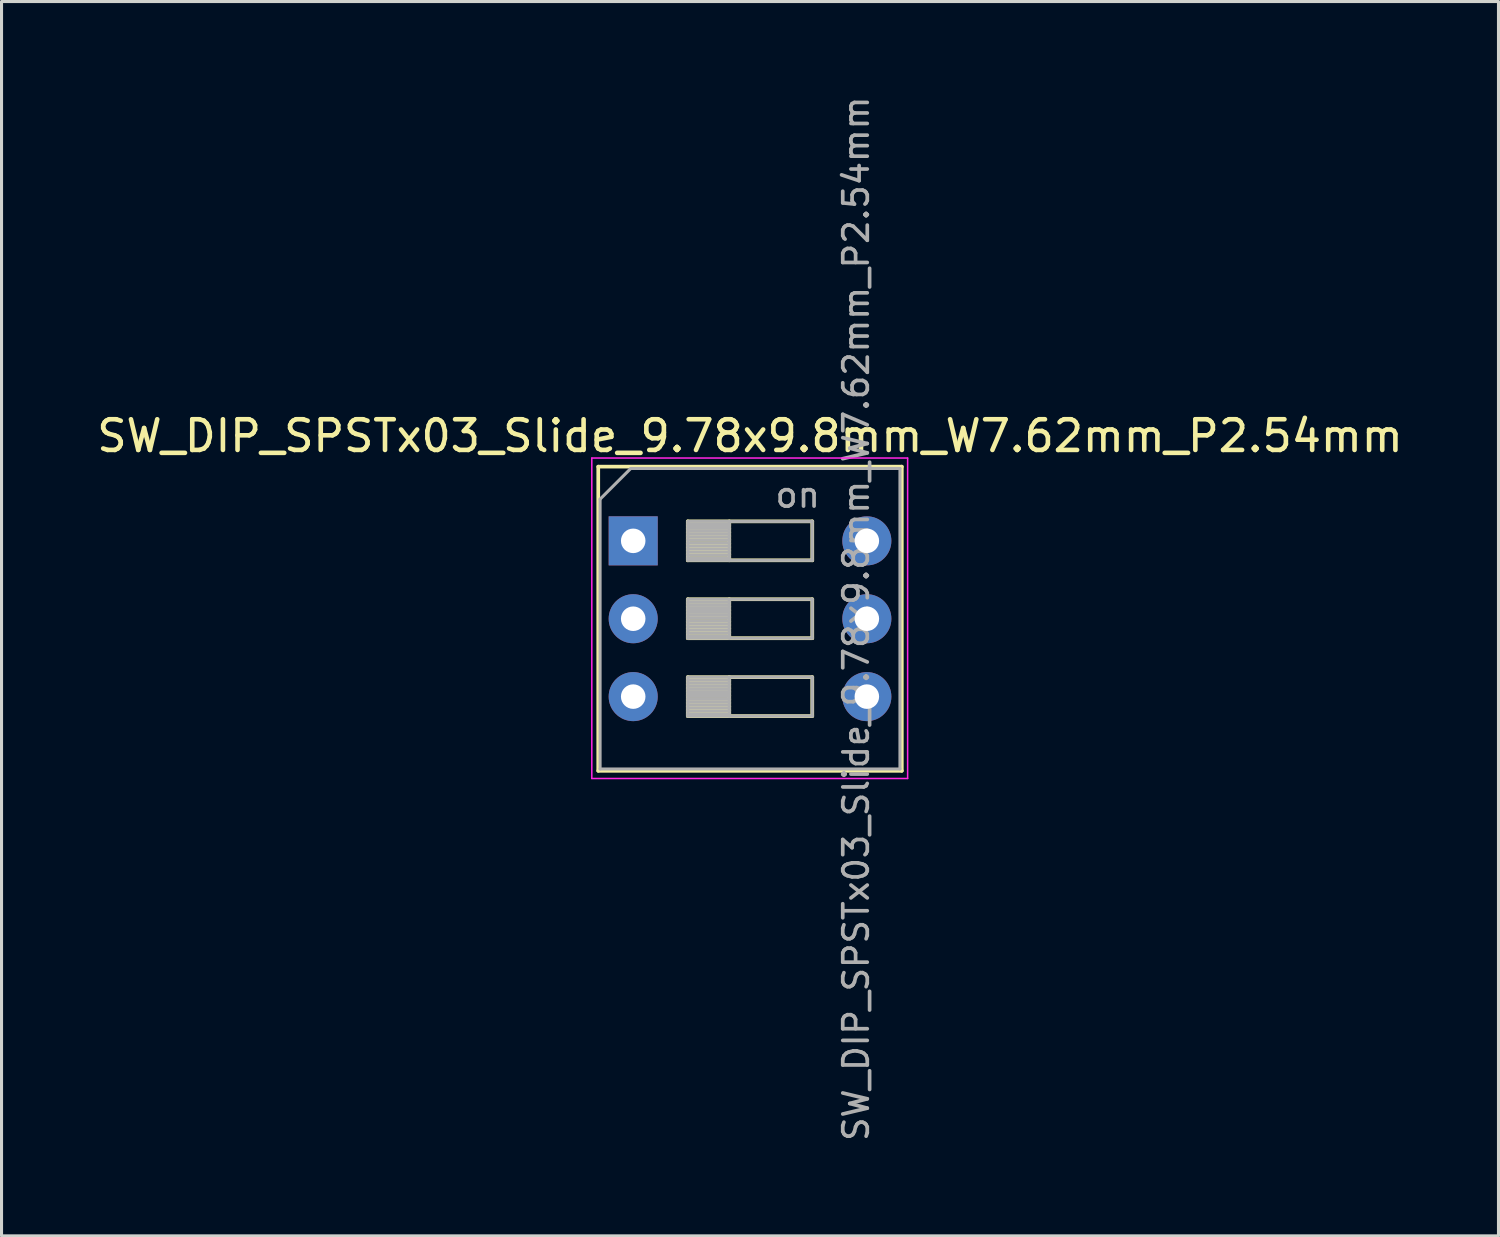
<source format=kicad_pcb>
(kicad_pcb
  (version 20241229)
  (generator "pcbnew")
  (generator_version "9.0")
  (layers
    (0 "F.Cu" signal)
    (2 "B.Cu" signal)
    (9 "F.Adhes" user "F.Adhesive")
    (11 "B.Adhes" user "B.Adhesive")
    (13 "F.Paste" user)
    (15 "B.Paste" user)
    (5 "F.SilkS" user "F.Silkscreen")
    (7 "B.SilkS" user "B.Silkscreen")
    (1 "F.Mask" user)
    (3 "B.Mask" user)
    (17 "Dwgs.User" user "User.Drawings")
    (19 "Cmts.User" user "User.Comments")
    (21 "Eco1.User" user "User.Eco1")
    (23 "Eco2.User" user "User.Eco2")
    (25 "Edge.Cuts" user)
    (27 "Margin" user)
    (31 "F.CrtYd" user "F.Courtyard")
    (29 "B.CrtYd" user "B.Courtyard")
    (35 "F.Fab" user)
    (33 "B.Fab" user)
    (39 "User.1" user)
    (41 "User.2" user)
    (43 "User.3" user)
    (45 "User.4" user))
  (footprint "SW_DIP_SPSTx03_Slide_9.78x9.8mm_W7.62mm_P2.54mm"
    (layer "F.Cu")
    (at 17.601 14.589)
    (property "Reference" "SW_DIP_SPSTx03_Slide_9.78x9.8mm_W7.62mm_P2.54mm" (at 3.81 -3.42 0) (layer "F.SilkS") (effects (font (size 1 1) (thickness 0.15))))
    (attr through_hole)
    (fp_line (start -1.14 -2.42) (end -1.14 7.5) (stroke (width 0.12) (type solid)) (layer "F.SilkS"))
    (fp_line (start -1.14 -2.42) (end 8.76 -2.42) (stroke (width 0.12) (type solid)) (layer "F.SilkS"))
    (fp_line (start -1.14 7.5) (end 8.76 7.5) (stroke (width 0.12) (type solid)) (layer "F.SilkS"))
    (fp_line (start 1.78 -0.635) (end 1.78 0.635) (stroke (width 0.12) (type solid)) (layer "F.SilkS"))
    (fp_line (start 1.78 -0.515) (end 3.133 -0.515) (stroke (width 0.12) (type solid)) (layer "F.SilkS"))
    (fp_line (start 1.78 -0.395) (end 3.133 -0.395) (stroke (width 0.12) (type solid)) (layer "F.SilkS"))
    (fp_line (start 1.78 -0.275) (end 3.133 -0.275) (stroke (width 0.12) (type solid)) (layer "F.SilkS"))
    (fp_line (start 1.78 -0.155) (end 3.133 -0.155) (stroke (width 0.12) (type solid)) (layer "F.SilkS"))
    (fp_line (start 1.78 -0.035) (end 3.133 -0.035) (stroke (width 0.12) (type solid)) (layer "F.SilkS"))
    (fp_line (start 1.78 0.085) (end 3.133 0.085) (stroke (width 0.12) (type solid)) (layer "F.SilkS"))
    (fp_line (start 1.78 0.205) (end 3.133 0.205) (stroke (width 0.12) (type solid)) (layer "F.SilkS"))
    (fp_line (start 1.78 0.325) (end 3.133 0.325) (stroke (width 0.12) (type solid)) (layer "F.SilkS"))
    (fp_line (start 1.78 0.445) (end 3.133 0.445) (stroke (width 0.12) (type solid)) (layer "F.SilkS"))
    (fp_line (start 1.78 0.565) (end 3.133 0.565) (stroke (width 0.12) (type solid)) (layer "F.SilkS"))
    (fp_line (start 1.78 0.635) (end 5.84 0.635) (stroke (width 0.12) (type solid)) (layer "F.SilkS"))
    (fp_line (start 1.78 1.905) (end 1.78 3.175) (stroke (width 0.12) (type solid)) (layer "F.SilkS"))
    (fp_line (start 1.78 2.025) (end 3.133 2.025) (stroke (width 0.12) (type solid)) (layer "F.SilkS"))
    (fp_line (start 1.78 2.145) (end 3.133 2.145) (stroke (width 0.12) (type solid)) (layer "F.SilkS"))
    (fp_line (start 1.78 2.265) (end 3.133 2.265) (stroke (width 0.12) (type solid)) (layer "F.SilkS"))
    (fp_line (start 1.78 2.385) (end 3.133 2.385) (stroke (width 0.12) (type solid)) (layer "F.SilkS"))
    (fp_line (start 1.78 2.505) (end 3.133 2.505) (stroke (width 0.12) (type solid)) (layer "F.SilkS"))
    (fp_line (start 1.78 2.625) (end 3.133 2.625) (stroke (width 0.12) (type solid)) (layer "F.SilkS"))
    (fp_line (start 1.78 2.745) (end 3.133 2.745) (stroke (width 0.12) (type solid)) (layer "F.SilkS"))
    (fp_line (start 1.78 2.865) (end 3.133 2.865) (stroke (width 0.12) (type solid)) (layer "F.SilkS"))
    (fp_line (start 1.78 2.985) (end 3.133 2.985) (stroke (width 0.12) (type solid)) (layer "F.SilkS"))
    (fp_line (start 1.78 3.105) (end 3.133 3.105) (stroke (width 0.12) (type solid)) (layer "F.SilkS"))
    (fp_line (start 1.78 3.175) (end 5.84 3.175) (stroke (width 0.12) (type solid)) (layer "F.SilkS"))
    (fp_line (start 1.78 4.445) (end 1.78 5.715) (stroke (width 0.12) (type solid)) (layer "F.SilkS"))
    (fp_line (start 1.78 4.565) (end 3.133 4.565) (stroke (width 0.12) (type solid)) (layer "F.SilkS"))
    (fp_line (start 1.78 4.685) (end 3.133 4.685) (stroke (width 0.12) (type solid)) (layer "F.SilkS"))
    (fp_line (start 1.78 4.805) (end 3.133 4.805) (stroke (width 0.12) (type solid)) (layer "F.SilkS"))
    (fp_line (start 1.78 4.925) (end 3.133 4.925) (stroke (width 0.12) (type solid)) (layer "F.SilkS"))
    (fp_line (start 1.78 5.045) (end 3.133 5.045) (stroke (width 0.12) (type solid)) (layer "F.SilkS"))
    (fp_line (start 1.78 5.165) (end 3.133 5.165) (stroke (width 0.12) (type solid)) (layer "F.SilkS"))
    (fp_line (start 1.78 5.285) (end 3.133 5.285) (stroke (width 0.12) (type solid)) (layer "F.SilkS"))
    (fp_line (start 1.78 5.405) (end 3.133 5.405) (stroke (width 0.12) (type solid)) (layer "F.SilkS"))
    (fp_line (start 1.78 5.525) (end 3.133 5.525) (stroke (width 0.12) (type solid)) (layer "F.SilkS"))
    (fp_line (start 1.78 5.645) (end 3.133 5.645) (stroke (width 0.12) (type solid)) (layer "F.SilkS"))
    (fp_line (start 1.78 5.715) (end 5.84 5.715) (stroke (width 0.12) (type solid)) (layer "F.SilkS"))
    (fp_line (start 3.133 -0.635) (end 3.133 0.635) (stroke (width 0.12) (type solid)) (layer "F.SilkS"))
    (fp_line (start 3.133 1.905) (end 3.133 3.175) (stroke (width 0.12) (type solid)) (layer "F.SilkS"))
    (fp_line (start 3.133 4.445) (end 3.133 5.715) (stroke (width 0.12) (type solid)) (layer "F.SilkS"))
    (fp_line (start 5.84 -0.635) (end 1.78 -0.635) (stroke (width 0.12) (type solid)) (layer "F.SilkS"))
    (fp_line (start 5.84 0.635) (end 5.84 -0.635) (stroke (width 0.12) (type solid)) (layer "F.SilkS"))
    (fp_line (start 5.84 1.905) (end 1.78 1.905) (stroke (width 0.12) (type solid)) (layer "F.SilkS"))
    (fp_line (start 5.84 3.175) (end 5.84 1.905) (stroke (width 0.12) (type solid)) (layer "F.SilkS"))
    (fp_line (start 5.84 4.445) (end 1.78 4.445) (stroke (width 0.12) (type solid)) (layer "F.SilkS"))
    (fp_line (start 5.84 5.715) (end 5.84 4.445) (stroke (width 0.12) (type solid)) (layer "F.SilkS"))
    (fp_line (start 8.76 -2.42) (end 8.76 7.5) (stroke (width 0.12) (type solid)) (layer "F.SilkS"))
    (fp_line (start -1.35 -2.7) (end -1.35 7.75) (stroke (width 0.05) (type solid)) (layer "F.CrtYd"))
    (fp_line (start -1.35 7.75) (end 8.95 7.75) (stroke (width 0.05) (type solid)) (layer "F.CrtYd"))
    (fp_line (start 8.95 -2.7) (end -1.35 -2.7) (stroke (width 0.05) (type solid)) (layer "F.CrtYd"))
    (fp_line (start 8.95 7.75) (end 8.95 -2.7) (stroke (width 0.05) (type solid)) (layer "F.CrtYd"))
    (fp_line (start -1.08 -1.36) (end -0.08 -2.36) (stroke (width 0.1) (type solid)) (layer "F.Fab"))
    (fp_line (start -1.08 7.44) (end -1.08 -1.36) (stroke (width 0.1) (type solid)) (layer "F.Fab"))
    (fp_line (start -0.08 -2.36) (end 8.7 -2.36) (stroke (width 0.1) (type solid)) (layer "F.Fab"))
    (fp_line (start 1.78 -0.635) (end 1.78 0.635) (stroke (width 0.1) (type solid)) (layer "F.Fab"))
    (fp_line (start 1.78 -0.535) (end 3.133 -0.535) (stroke (width 0.1) (type solid)) (layer "F.Fab"))
    (fp_line (start 1.78 -0.435) (end 3.133 -0.435) (stroke (width 0.1) (type solid)) (layer "F.Fab"))
    (fp_line (start 1.78 -0.335) (end 3.133 -0.335) (stroke (width 0.1) (type solid)) (layer "F.Fab"))
    (fp_line (start 1.78 -0.235) (end 3.133 -0.235) (stroke (width 0.1) (type solid)) (layer "F.Fab"))
    (fp_line (start 1.78 -0.135) (end 3.133 -0.135) (stroke (width 0.1) (type solid)) (layer "F.Fab"))
    (fp_line (start 1.78 -0.035) (end 3.133 -0.035) (stroke (width 0.1) (type solid)) (layer "F.Fab"))
    (fp_line (start 1.78 0.065) (end 3.133 0.065) (stroke (width 0.1) (type solid)) (layer "F.Fab"))
    (fp_line (start 1.78 0.165) (end 3.133 0.165) (stroke (width 0.1) (type solid)) (layer "F.Fab"))
    (fp_line (start 1.78 0.265) (end 3.133 0.265) (stroke (width 0.1) (type solid)) (layer "F.Fab"))
    (fp_line (start 1.78 0.365) (end 3.133 0.365) (stroke (width 0.1) (type solid)) (layer "F.Fab"))
    (fp_line (start 1.78 0.465) (end 3.133 0.465) (stroke (width 0.1) (type solid)) (layer "F.Fab"))
    (fp_line (start 1.78 0.565) (end 3.133 0.565) (stroke (width 0.1) (type solid)) (layer "F.Fab"))
    (fp_line (start 1.78 0.635) (end 5.84 0.635) (stroke (width 0.1) (type solid)) (layer "F.Fab"))
    (fp_line (start 1.78 1.905) (end 1.78 3.175) (stroke (width 0.1) (type solid)) (layer "F.Fab"))
    (fp_line (start 1.78 2.005) (end 3.133 2.005) (stroke (width 0.1) (type solid)) (layer "F.Fab"))
    (fp_line (start 1.78 2.105) (end 3.133 2.105) (stroke (width 0.1) (type solid)) (layer "F.Fab"))
    (fp_line (start 1.78 2.205) (end 3.133 2.205) (stroke (width 0.1) (type solid)) (layer "F.Fab"))
    (fp_line (start 1.78 2.305) (end 3.133 2.305) (stroke (width 0.1) (type solid)) (layer "F.Fab"))
    (fp_line (start 1.78 2.405) (end 3.133 2.405) (stroke (width 0.1) (type solid)) (layer "F.Fab"))
    (fp_line (start 1.78 2.505) (end 3.133 2.505) (stroke (width 0.1) (type solid)) (layer "F.Fab"))
    (fp_line (start 1.78 2.605) (end 3.133 2.605) (stroke (width 0.1) (type solid)) (layer "F.Fab"))
    (fp_line (start 1.78 2.705) (end 3.133 2.705) (stroke (width 0.1) (type solid)) (layer "F.Fab"))
    (fp_line (start 1.78 2.805) (end 3.133 2.805) (stroke (width 0.1) (type solid)) (layer "F.Fab"))
    (fp_line (start 1.78 2.905) (end 3.133 2.905) (stroke (width 0.1) (type solid)) (layer "F.Fab"))
    (fp_line (start 1.78 3.005) (end 3.133 3.005) (stroke (width 0.1) (type solid)) (layer "F.Fab"))
    (fp_line (start 1.78 3.105) (end 3.133 3.105) (stroke (width 0.1) (type solid)) (layer "F.Fab"))
    (fp_line (start 1.78 3.175) (end 5.84 3.175) (stroke (width 0.1) (type solid)) (layer "F.Fab"))
    (fp_line (start 1.78 4.445) (end 1.78 5.715) (stroke (width 0.1) (type solid)) (layer "F.Fab"))
    (fp_line (start 1.78 4.545) (end 3.133 4.545) (stroke (width 0.1) (type solid)) (layer "F.Fab"))
    (fp_line (start 1.78 4.645) (end 3.133 4.645) (stroke (width 0.1) (type solid)) (layer "F.Fab"))
    (fp_line (start 1.78 4.745) (end 3.133 4.745) (stroke (width 0.1) (type solid)) (layer "F.Fab"))
    (fp_line (start 1.78 4.845) (end 3.133 4.845) (stroke (width 0.1) (type solid)) (layer "F.Fab"))
    (fp_line (start 1.78 4.945) (end 3.133 4.945) (stroke (width 0.1) (type solid)) (layer "F.Fab"))
    (fp_line (start 1.78 5.045) (end 3.133 5.045) (stroke (width 0.1) (type solid)) (layer "F.Fab"))
    (fp_line (start 1.78 5.145) (end 3.133 5.145) (stroke (width 0.1) (type solid)) (layer "F.Fab"))
    (fp_line (start 1.78 5.245) (end 3.133 5.245) (stroke (width 0.1) (type solid)) (layer "F.Fab"))
    (fp_line (start 1.78 5.345) (end 3.133 5.345) (stroke (width 0.1) (type solid)) (layer "F.Fab"))
    (fp_line (start 1.78 5.445) (end 3.133 5.445) (stroke (width 0.1) (type solid)) (layer "F.Fab"))
    (fp_line (start 1.78 5.545) (end 3.133 5.545) (stroke (width 0.1) (type solid)) (layer "F.Fab"))
    (fp_line (start 1.78 5.645) (end 3.133 5.645) (stroke (width 0.1) (type solid)) (layer "F.Fab"))
    (fp_line (start 1.78 5.715) (end 5.84 5.715) (stroke (width 0.1) (type solid)) (layer "F.Fab"))
    (fp_line (start 3.133 -0.635) (end 3.133 0.635) (stroke (width 0.1) (type solid)) (layer "F.Fab"))
    (fp_line (start 3.133 1.905) (end 3.133 3.175) (stroke (width 0.1) (type solid)) (layer "F.Fab"))
    (fp_line (start 3.133 4.445) (end 3.133 5.715) (stroke (width 0.1) (type solid)) (layer "F.Fab"))
    (fp_line (start 5.84 -0.635) (end 1.78 -0.635) (stroke (width 0.1) (type solid)) (layer "F.Fab"))
    (fp_line (start 5.84 0.635) (end 5.84 -0.635) (stroke (width 0.1) (type solid)) (layer "F.Fab"))
    (fp_line (start 5.84 1.905) (end 1.78 1.905) (stroke (width 0.1) (type solid)) (layer "F.Fab"))
    (fp_line (start 5.84 3.175) (end 5.84 1.905) (stroke (width 0.1) (type solid)) (layer "F.Fab"))
    (fp_line (start 5.84 4.445) (end 1.78 4.445) (stroke (width 0.1) (type solid)) (layer "F.Fab"))
    (fp_line (start 5.84 5.715) (end 5.84 4.445) (stroke (width 0.1) (type solid)) (layer "F.Fab"))
    (fp_line (start 8.7 -2.36) (end 8.7 7.44) (stroke (width 0.1) (type solid)) (layer "F.Fab"))
    (fp_line (start 8.7 7.44) (end -1.08 7.44) (stroke (width 0.1) (type solid)) (layer "F.Fab"))
    (fp_text user "${REFERENCE}" (at 7.27 2.54 90) (layer "F.Fab") (effects (font (size 0.8 0.8) (thickness 0.12))))
    (fp_text user "on" (at 5.365 -1.498 0) (layer "F.Fab") (effects (font (size 0.8 0.8) (thickness 0.12))))
    (pad "1" thru_hole rect (at 0 0) (size 1.6 1.6) (drill 0.8) (layers "*.Cu" "*.Mask"))
    (pad "2" thru_hole oval (at 0 2.54) (size 1.6 1.6) (drill 0.8) (layers "*.Cu" "*.Mask"))
    (pad "3" thru_hole oval (at 0 5.08) (size 1.6 1.6) (drill 0.8) (layers "*.Cu" "*.Mask"))
    (pad "4" thru_hole oval (at 7.62 5.08) (size 1.6 1.6) (drill 0.8) (layers "*.Cu" "*.Mask"))
    (pad "5" thru_hole oval (at 7.62 2.54) (size 1.6 1.6) (drill 0.8) (layers "*.Cu" "*.Mask"))
    (pad "6" thru_hole oval (at 7.62 0) (size 1.6 1.6) (drill 0.8) (layers "*.Cu" "*.Mask")))
  (gr_rect
    (start -3 -3)
    (end 45.821 37.257)
    (stroke (width 0.1) (type default))
    (fill no)
    (layer "Edge.Cuts")))
</source>
